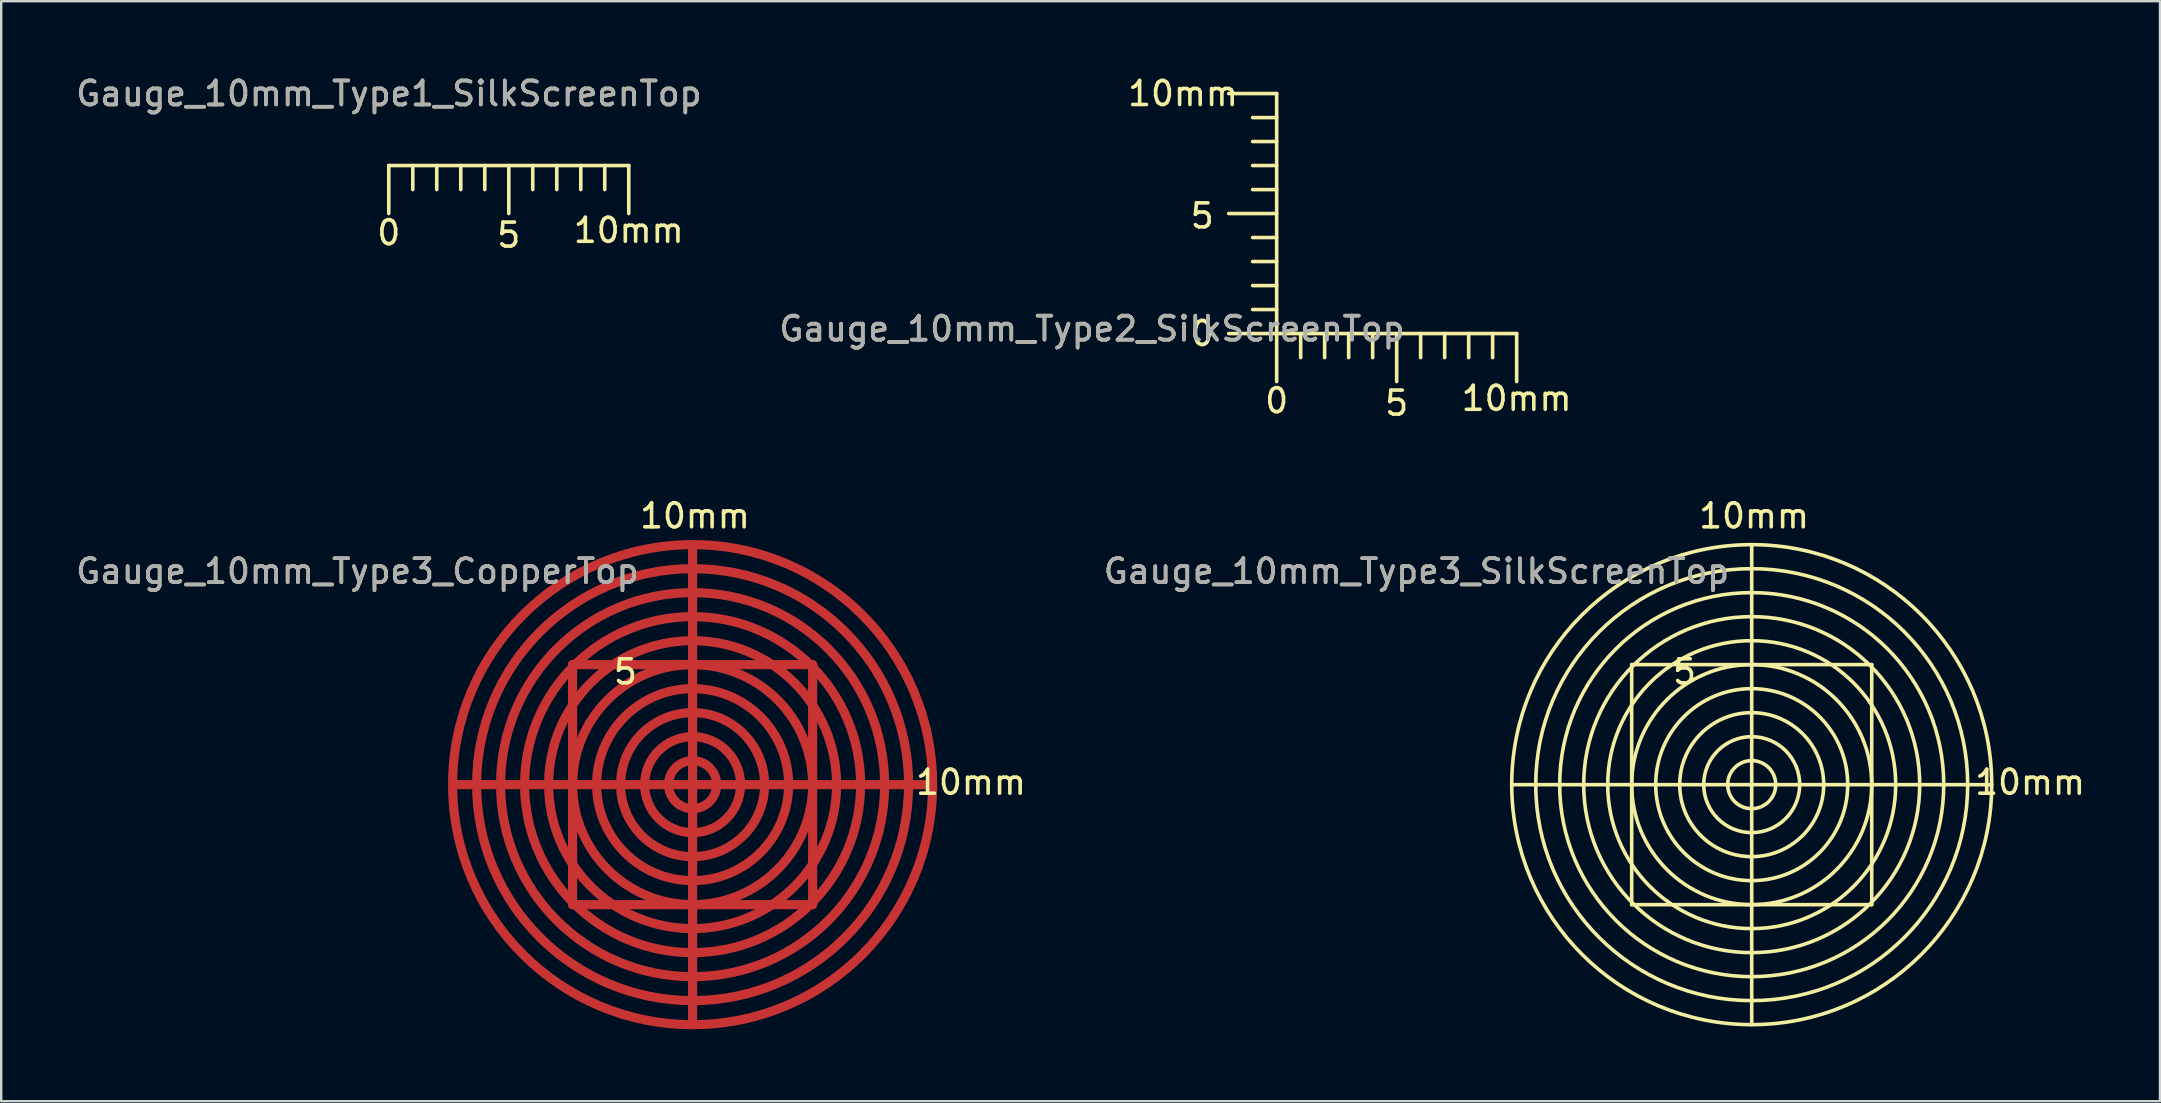
<source format=kicad_pcb>
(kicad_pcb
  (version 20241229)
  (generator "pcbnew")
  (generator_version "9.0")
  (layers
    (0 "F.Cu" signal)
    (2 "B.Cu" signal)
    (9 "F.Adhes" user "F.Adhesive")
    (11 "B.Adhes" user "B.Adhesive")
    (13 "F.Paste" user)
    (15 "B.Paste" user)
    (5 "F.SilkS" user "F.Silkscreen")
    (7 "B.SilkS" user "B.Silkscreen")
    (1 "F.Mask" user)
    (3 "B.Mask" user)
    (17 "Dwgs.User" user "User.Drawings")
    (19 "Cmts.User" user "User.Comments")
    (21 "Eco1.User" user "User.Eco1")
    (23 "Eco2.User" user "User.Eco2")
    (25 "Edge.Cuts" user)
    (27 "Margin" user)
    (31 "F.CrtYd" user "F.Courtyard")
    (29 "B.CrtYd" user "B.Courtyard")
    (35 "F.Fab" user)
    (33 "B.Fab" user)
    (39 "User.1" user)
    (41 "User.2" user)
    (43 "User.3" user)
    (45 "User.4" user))
  (footprint "Gauge_10mm_Type2_SilkScreenTop"
    (layer "F.Cu")
    (at 50.145 10.848)
    (property "Reference" "Gauge_10mm_Type2_SilkScreenTop" (at -7.699 -0.201 0) (layer "F.SilkS") (effects (font (size 1 1) (thickness 0.15))))
    (attr exclude_from_pos_files exclude_from_bom)
    (fp_line (start 0 -10) (end -1.999 -10) (stroke (width 0.15) (type solid)) (layer "F.SilkS"))
    (fp_line (start 0 -8.999) (end -1.001 -8.999) (stroke (width 0.15) (type solid)) (layer "F.SilkS"))
    (fp_line (start 0 -8.001) (end -1.001 -8.001) (stroke (width 0.15) (type solid)) (layer "F.SilkS"))
    (fp_line (start 0 -7) (end -1.001 -7) (stroke (width 0.15) (type solid)) (layer "F.SilkS"))
    (fp_line (start 0 -5.999) (end -1.001 -5.999) (stroke (width 0.15) (type solid)) (layer "F.SilkS"))
    (fp_line (start 0 -5.001) (end -1.999 -5.001) (stroke (width 0.15) (type solid)) (layer "F.SilkS"))
    (fp_line (start 0 -4) (end -1.001 -4) (stroke (width 0.15) (type solid)) (layer "F.SilkS"))
    (fp_line (start 0 -3) (end -1.001 -3) (stroke (width 0.15) (type solid)) (layer "F.SilkS"))
    (fp_line (start 0 -1.999) (end -1.001 -1.999) (stroke (width 0.15) (type solid)) (layer "F.SilkS"))
    (fp_line (start 0 -1.001) (end -1.001 -1.001) (stroke (width 0.15) (type solid)) (layer "F.SilkS"))
    (fp_line (start 0 0) (end -1.999 0) (stroke (width 0.15) (type solid)) (layer "F.SilkS"))
    (fp_line (start 0 0) (end 0 -10) (stroke (width 0.15) (type solid)) (layer "F.SilkS"))
    (fp_line (start 0 0) (end 0 1.999) (stroke (width 0.15) (type solid)) (layer "F.SilkS"))
    (fp_line (start 0 0) (end 10 0) (stroke (width 0.15) (type solid)) (layer "F.SilkS"))
    (fp_line (start 1.001 0) (end 1.001 1.001) (stroke (width 0.15) (type solid)) (layer "F.SilkS"))
    (fp_line (start 1.999 0) (end 1.999 1.001) (stroke (width 0.15) (type solid)) (layer "F.SilkS"))
    (fp_line (start 3 0) (end 3 1.001) (stroke (width 0.15) (type solid)) (layer "F.SilkS"))
    (fp_line (start 4 0) (end 4 1.001) (stroke (width 0.15) (type solid)) (layer "F.SilkS"))
    (fp_line (start 5.001 0) (end 5.001 1.999) (stroke (width 0.15) (type solid)) (layer "F.SilkS"))
    (fp_line (start 5.999 0) (end 5.999 1.001) (stroke (width 0.15) (type solid)) (layer "F.SilkS"))
    (fp_line (start 7 0) (end 7 1.001) (stroke (width 0.15) (type solid)) (layer "F.SilkS"))
    (fp_line (start 8.001 0) (end 8.001 1.001) (stroke (width 0.15) (type solid)) (layer "F.SilkS"))
    (fp_line (start 8.999 0) (end 8.999 1.001) (stroke (width 0.15) (type solid)) (layer "F.SilkS"))
    (fp_line (start 10 0) (end 10 1.999) (stroke (width 0.15) (type solid)) (layer "F.SilkS"))
    (fp_text user "5" (at 4.999 2.901 0) (layer "F.SilkS") (effects (font (size 1 1) (thickness 0.15))))
    (fp_text user "10mm" (at -3.901 -10 0) (layer "F.SilkS") (effects (font (size 1 1) (thickness 0.15))))
    (fp_text user "0" (at -3.101 0 0) (layer "F.SilkS") (effects (font (size 1 1) (thickness 0.15))))
    (fp_text user "10mm" (at 10 2.7 0) (layer "F.SilkS") (effects (font (size 1 1) (thickness 0.15))))
    (fp_text user "0" (at 0 2.799 0) (layer "F.SilkS") (effects (font (size 1 1) (thickness 0.15))))
    (fp_text user "5" (at -3.101 -4.9 0) (layer "F.SilkS") (effects (font (size 1 1) (thickness 0.15))))
    (fp_text user "${REFERENCE}" (at -7.699 -0.201 0) (layer "F.Fab") (effects (font (size 1 1) (thickness 0.15)))))
  (footprint "Gauge_10mm_Type1_SilkScreenTop"
    (layer "F.Cu")
    (at 13.149 3.848)
    (property "Reference" "Gauge_10mm_Type1_SilkScreenTop" (at 0 -3 0) (layer "F.SilkS") (effects (font (size 1 1) (thickness 0.15))))
    (attr exclude_from_pos_files exclude_from_bom)
    (fp_line (start 0 0) (end 0 1.999) (stroke (width 0.15) (type solid)) (layer "F.SilkS"))
    (fp_line (start 0 0) (end 10 0) (stroke (width 0.15) (type solid)) (layer "F.SilkS"))
    (fp_line (start 1.001 0) (end 1.001 1.001) (stroke (width 0.15) (type solid)) (layer "F.SilkS"))
    (fp_line (start 1.999 0) (end 1.999 1.001) (stroke (width 0.15) (type solid)) (layer "F.SilkS"))
    (fp_line (start 3 0) (end 3 1.001) (stroke (width 0.15) (type solid)) (layer "F.SilkS"))
    (fp_line (start 4 0) (end 4 1.001) (stroke (width 0.15) (type solid)) (layer "F.SilkS"))
    (fp_line (start 5.001 0) (end 5.001 1.999) (stroke (width 0.15) (type solid)) (layer "F.SilkS"))
    (fp_line (start 5.999 0) (end 5.999 1.001) (stroke (width 0.15) (type solid)) (layer "F.SilkS"))
    (fp_line (start 7 0) (end 7 1.001) (stroke (width 0.15) (type solid)) (layer "F.SilkS"))
    (fp_line (start 8.001 0) (end 8.001 1.001) (stroke (width 0.15) (type solid)) (layer "F.SilkS"))
    (fp_line (start 8.999 0) (end 8.999 1.001) (stroke (width 0.15) (type solid)) (layer "F.SilkS"))
    (fp_line (start 10 0) (end 10 1.999) (stroke (width 0.15) (type solid)) (layer "F.SilkS"))
    (fp_text user "10mm" (at 10 2.7 0) (layer "F.SilkS") (effects (font (size 1 1) (thickness 0.15))))
    (fp_text user "5" (at 4.999 2.901 0) (layer "F.SilkS") (effects (font (size 1 1) (thickness 0.15))))
    (fp_text user "0" (at 0 2.799 0) (layer "F.SilkS") (effects (font (size 1 1) (thickness 0.15))))
    (fp_text user "${REFERENCE}" (at 0 -3 0) (layer "F.Fab") (effects (font (size 1 1) (thickness 0.15)))))
  (footprint "Gauge_10mm_Type3_SilkScreenTop"
    (layer "F.Cu")
    (at 69.939 29.644)
    (property "Reference" "Gauge_10mm_Type3_SilkScreenTop" (at -13.97 -8.89 0) (layer "F.SilkS") (effects (font (size 1 1) (thickness 0.15))))
    (attr exclude_from_pos_files exclude_from_bom)
    (fp_line (start -5.001 -5.001) (end -5.001 0) (stroke (width 0.15) (type solid)) (layer "F.SilkS"))
    (fp_line (start -5.001 5.001) (end -5.001 0) (stroke (width 0.15) (type solid)) (layer "F.SilkS"))
    (fp_line (start -1.999 0) (end -10 0) (stroke (width 0.15) (type solid)) (layer "F.SilkS"))
    (fp_line (start 0 -5.001) (end -5.001 -5.001) (stroke (width 0.15) (type solid)) (layer "F.SilkS"))
    (fp_line (start 0 -5.001) (end 5.001 -5.001) (stroke (width 0.15) (type solid)) (layer "F.SilkS"))
    (fp_line (start 0 0) (end -1.999 0) (stroke (width 0.15) (type solid)) (layer "F.SilkS"))
    (fp_line (start 0 0) (end 0 -10) (stroke (width 0.15) (type solid)) (layer "F.SilkS"))
    (fp_line (start 0 0) (end 0 1.999) (stroke (width 0.15) (type solid)) (layer "F.SilkS"))
    (fp_line (start 0 0) (end 10 0) (stroke (width 0.15) (type solid)) (layer "F.SilkS"))
    (fp_line (start 0 1.999) (end 0 10) (stroke (width 0.15) (type solid)) (layer "F.SilkS"))
    (fp_line (start 0 5.001) (end -5.001 5.001) (stroke (width 0.15) (type solid)) (layer "F.SilkS"))
    (fp_line (start 5.001 -5.001) (end 5.001 0) (stroke (width 0.15) (type solid)) (layer "F.SilkS"))
    (fp_line (start 5.001 0) (end 5.001 5.001) (stroke (width 0.15) (type solid)) (layer "F.SilkS"))
    (fp_line (start 5.001 5.001) (end 0 5.001) (stroke (width 0.15) (type solid)) (layer "F.SilkS"))
    (fp_circle (center 0 0) (end 0 -8.999) (stroke (width 0.15) (type solid)) (fill no) (layer "F.SilkS"))
    (fp_circle (center 0 0) (end 0 -8.001) (stroke (width 0.15) (type solid)) (fill no) (layer "F.SilkS"))
    (fp_circle (center 0 0) (end 0 -7) (stroke (width 0.15) (type solid)) (fill no) (layer "F.SilkS"))
    (fp_circle (center 0 0) (end 0 -5.999) (stroke (width 0.15) (type solid)) (fill no) (layer "F.SilkS"))
    (fp_circle (center 0 0) (end 0 -4) (stroke (width 0.15) (type solid)) (fill no) (layer "F.SilkS"))
    (fp_circle (center 0 0) (end 0 -3) (stroke (width 0.15) (type solid)) (fill no) (layer "F.SilkS"))
    (fp_circle (center 0 0) (end 0 -1.999) (stroke (width 0.15) (type solid)) (fill no) (layer "F.SilkS"))
    (fp_circle (center 0 0) (end 0 -1.001) (stroke (width 0.15) (type solid)) (fill no) (layer "F.SilkS"))
    (fp_circle (center 0 0) (end 5.001 0) (stroke (width 0.15) (type solid)) (fill no) (layer "F.SilkS"))
    (fp_circle (center 0 0) (end 10 0) (stroke (width 0.15) (type solid)) (fill no) (layer "F.SilkS"))
    (fp_text user "5" (at -2.799 -4.699 0) (layer "F.SilkS") (effects (font (size 1 1) (thickness 0.15))))
    (fp_text user "10mm" (at 0.099 -11.199 0) (layer "F.SilkS") (effects (font (size 1 1) (thickness 0.15))))
    (fp_text user "10mm" (at 11.6 -0.099 0) (layer "F.SilkS") (effects (font (size 1 1) (thickness 0.15))))
    (fp_text user "${REFERENCE}" (at -13.97 -8.89 0) (layer "F.Fab") (effects (font (size 1 1) (thickness 0.15)))))
  (footprint "Gauge_10mm_Type3_CopperTop"
    (layer "F.Cu")
    (at 25.809 29.644)
    (property "Reference" "Gauge_10mm_Type3_CopperTop" (at -13.97 -8.89 0) (layer "F.SilkS") (effects (font (size 1 1) (thickness 0.15))))
    (attr exclude_from_pos_files exclude_from_bom)
    (fp_line (start -5.001 -5.001) (end -5.001 0) (stroke (width 0.381) (type solid)) (layer "F.Cu"))
    (fp_line (start -5.001 5.001) (end -5.001 0) (stroke (width 0.381) (type solid)) (layer "F.Cu"))
    (fp_line (start -1.999 0) (end -10 0) (stroke (width 0.381) (type solid)) (layer "F.Cu"))
    (fp_line (start 0 -5.001) (end -5.001 -5.001) (stroke (width 0.381) (type solid)) (layer "F.Cu"))
    (fp_line (start 0 -5.001) (end 5.001 -5.001) (stroke (width 0.381) (type solid)) (layer "F.Cu"))
    (fp_line (start 0 0) (end -1.999 0) (stroke (width 0.381) (type solid)) (layer "F.Cu"))
    (fp_line (start 0 0) (end 0 -10) (stroke (width 0.381) (type solid)) (layer "F.Cu"))
    (fp_line (start 0 0) (end 0 1.999) (stroke (width 0.381) (type solid)) (layer "F.Cu"))
    (fp_line (start 0 0) (end 10 0) (stroke (width 0.381) (type solid)) (layer "F.Cu"))
    (fp_line (start 0 1.999) (end 0 10) (stroke (width 0.381) (type solid)) (layer "F.Cu"))
    (fp_line (start 0 5.001) (end -5.001 5.001) (stroke (width 0.381) (type solid)) (layer "F.Cu"))
    (fp_line (start 5.001 -5.001) (end 5.001 0) (stroke (width 0.381) (type solid)) (layer "F.Cu"))
    (fp_line (start 5.001 0) (end 5.001 5.001) (stroke (width 0.381) (type solid)) (layer "F.Cu"))
    (fp_line (start 5.001 5.001) (end 0 5.001) (stroke (width 0.381) (type solid)) (layer "F.Cu"))
    (fp_circle (center 0 0) (end 0 -8.999) (stroke (width 0.381) (type solid)) (fill no) (layer "F.Cu"))
    (fp_circle (center 0 0) (end 0 -8.001) (stroke (width 0.381) (type solid)) (fill no) (layer "F.Cu"))
    (fp_circle (center 0 0) (end 0 -7) (stroke (width 0.381) (type solid)) (fill no) (layer "F.Cu"))
    (fp_circle (center 0 0) (end 0 -5.999) (stroke (width 0.381) (type solid)) (fill no) (layer "F.Cu"))
    (fp_circle (center 0 0) (end 0 -4) (stroke (width 0.381) (type solid)) (fill no) (layer "F.Cu"))
    (fp_circle (center 0 0) (end 0 -3) (stroke (width 0.381) (type solid)) (fill no) (layer "F.Cu"))
    (fp_circle (center 0 0) (end 0 -1.999) (stroke (width 0.381) (type solid)) (fill no) (layer "F.Cu"))
    (fp_circle (center 0 0) (end 0 -1.001) (stroke (width 0.381) (type solid)) (fill no) (layer "F.Cu"))
    (fp_circle (center 0 0) (end 5.001 0) (stroke (width 0.381) (type solid)) (fill no) (layer "F.Cu"))
    (fp_circle (center 0 0) (end 10 0) (stroke (width 0.381) (type solid)) (fill no) (layer "F.Cu"))
    (fp_text user "5" (at -2.799 -4.699 0) (layer "F.SilkS") (effects (font (size 1 1) (thickness 0.15))))
    (fp_text user "10mm" (at 11.6 -0.099 0) (layer "F.SilkS") (effects (font (size 1 1) (thickness 0.15))))
    (fp_text user "10mm" (at 0.099 -11.199 0) (layer "F.SilkS") (effects (font (size 1 1) (thickness 0.15))))
    (fp_text user "${REFERENCE}" (at -13.97 -8.89 0) (layer "F.Fab") (effects (font (size 1 1) (thickness 0.15)))))
  (gr_rect
    (start -3 -3)
    (end 86.95 42.835)
    (stroke (width 0.1) (type default))
    (fill no)
    (layer "Edge.Cuts")))
</source>
